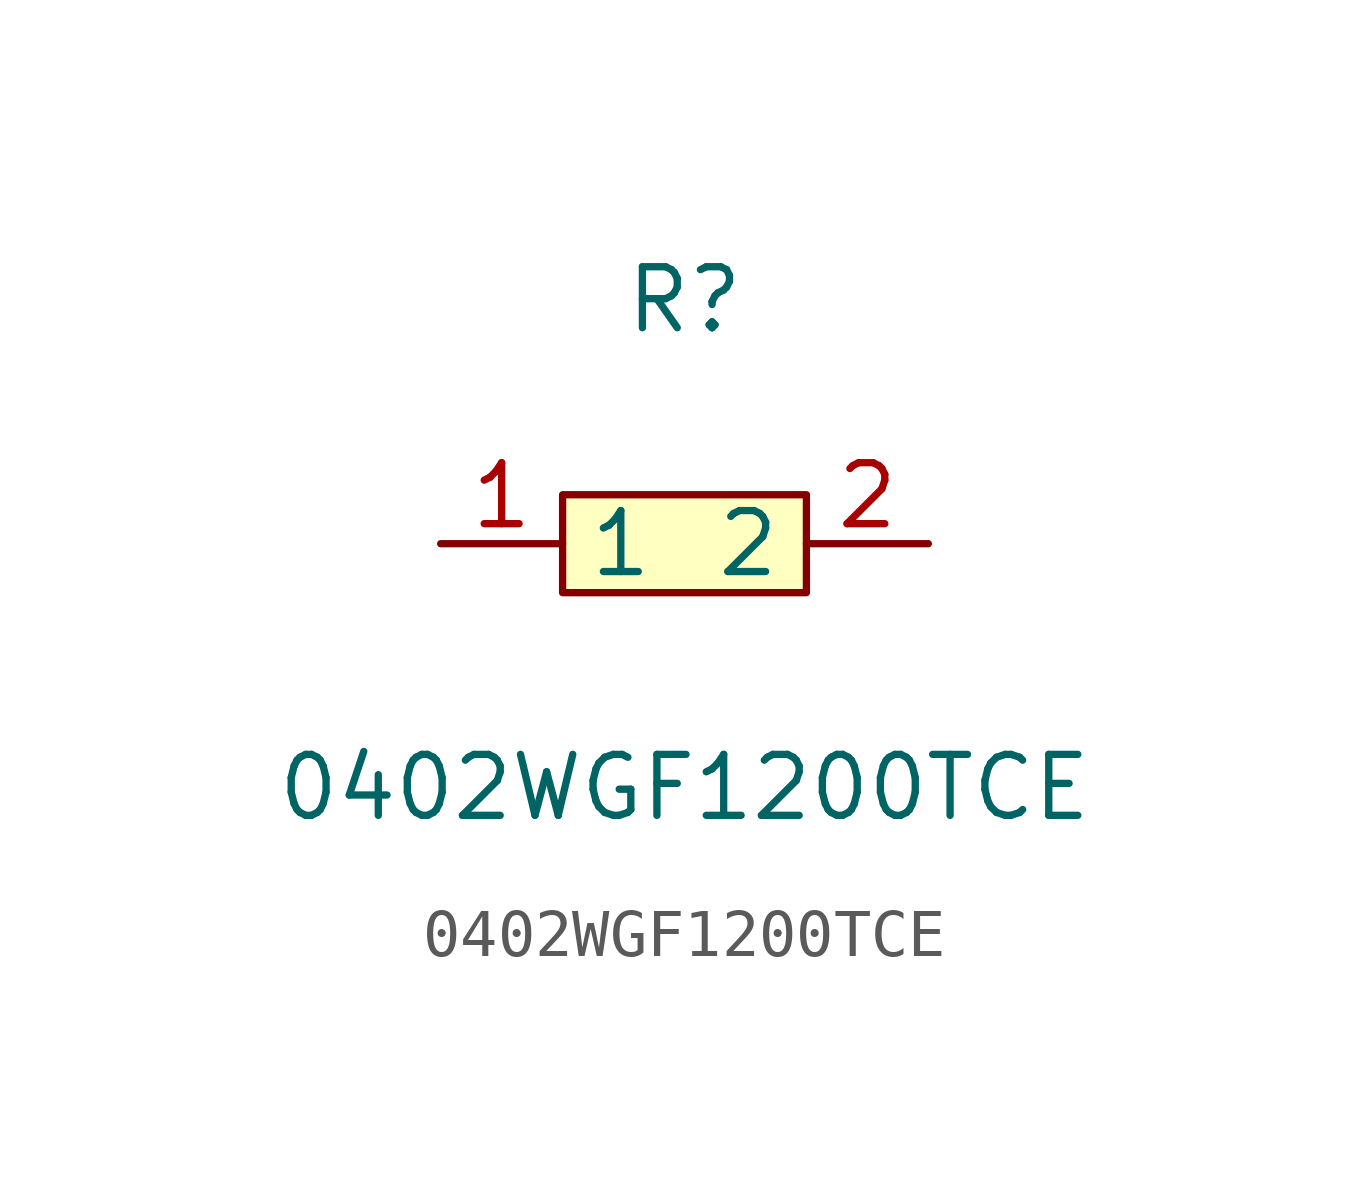
<source format=kicad_sym>
(kicad_symbol_lib
  (version 1)
  (generator "faebryk")
  (symbol "0402WGF1200TCE"
    (property "Reference" "R"
      (at 0 5.08 0)
      (effects (font (size 1.27 1.27)) (hide no)))
    (property "Value" "0402WGF1200TCE"
      (at 0 -5.08 0)
      (effects (font (size 1.27 1.27)) (hide no)))
    (symbol "0402WGF1200TCE_0_1"
      (rectangle (start -2.54 1.02) (end 2.54 -1.02) (stroke (width 0) (type default) (color 0 0 0 0)) (fill (type background)))
      (pin input line (at 5.08 0 180) (length 2.54) (name "2" (effects (font (size 1.27 1.27)) (hide no))) (number "2" (effects (font (size 1.27 1.27)) (hide no))))
      (pin input line (at -5.08 0 0) (length 2.54) (name "1" (effects (font (size 1.27 1.27)) (hide no))) (number "1" (effects (font (size 1.27 1.27)) (hide no)))))))
</source>
